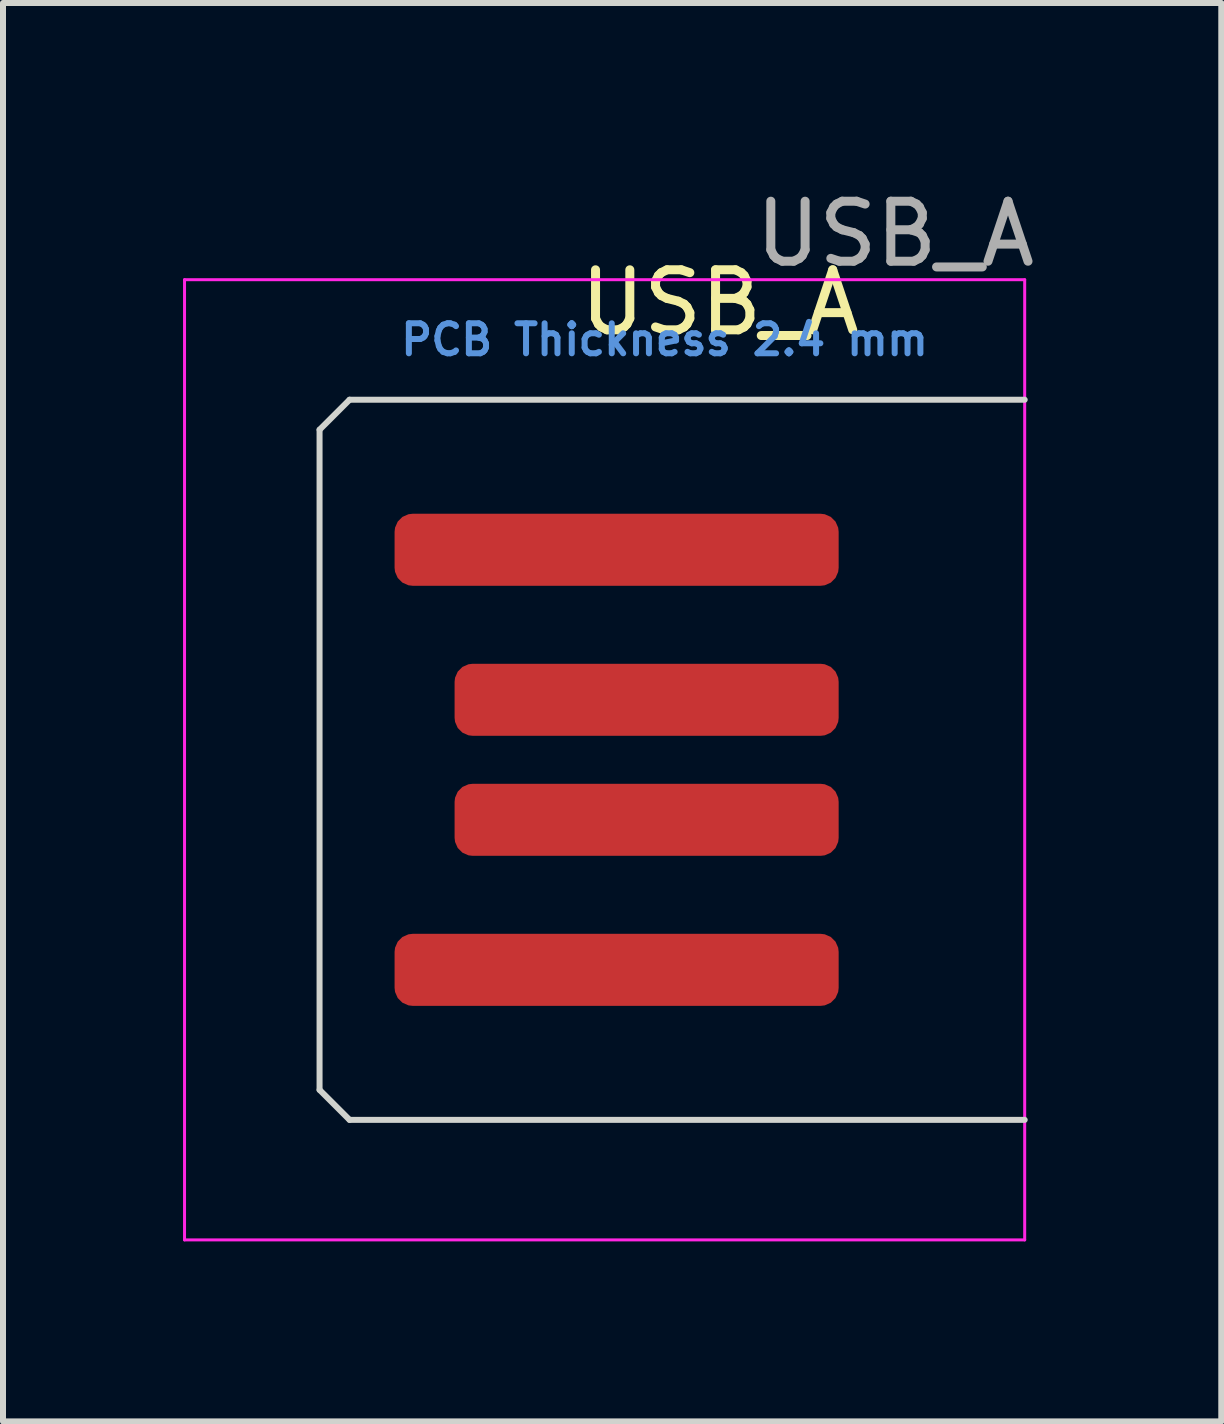
<source format=kicad_pcb>
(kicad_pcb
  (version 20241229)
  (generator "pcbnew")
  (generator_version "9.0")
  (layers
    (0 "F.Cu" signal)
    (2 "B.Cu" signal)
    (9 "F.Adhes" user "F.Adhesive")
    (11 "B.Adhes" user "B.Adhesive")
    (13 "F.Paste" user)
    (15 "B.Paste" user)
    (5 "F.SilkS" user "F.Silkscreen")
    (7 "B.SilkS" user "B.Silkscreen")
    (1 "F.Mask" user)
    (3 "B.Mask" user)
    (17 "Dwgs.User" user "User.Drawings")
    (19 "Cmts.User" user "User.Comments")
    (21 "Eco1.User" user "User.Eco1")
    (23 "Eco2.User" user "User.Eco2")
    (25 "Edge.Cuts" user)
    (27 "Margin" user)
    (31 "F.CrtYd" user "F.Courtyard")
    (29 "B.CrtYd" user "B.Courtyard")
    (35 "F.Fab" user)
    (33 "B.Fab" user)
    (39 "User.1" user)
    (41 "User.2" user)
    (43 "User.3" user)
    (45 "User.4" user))
  (footprint "USB_A"
    (layer "F.Cu")
    (at 14.025 9.611)
    (property "Reference" "USB_A" (at -5.08 -7.62 0) (unlocked yes) (layer "F.SilkS") (effects (font (size 1 1) (thickness 0.15))))
    (attr smd exclude_from_pos_files exclude_from_bom)
    (fp_line (start -11.75 -5.5) (end -11.75 5.5) (stroke (width 0.1) (type solid)) (layer "Edge.Cuts"))
    (fp_line (start -11.75 -5.5) (end -11.25 -6) (stroke (width 0.1) (type solid)) (layer "Edge.Cuts"))
    (fp_line (start -11.25 6) (end -11.75 5.5) (stroke (width 0.1) (type solid)) (layer "Edge.Cuts"))
    (fp_line (start -11.25 6) (end 0 6) (stroke (width 0.1) (type solid)) (layer "Edge.Cuts"))
    (fp_line (start 0 -6) (end -11.25 -6) (stroke (width 0.1) (type solid)) (layer "Edge.Cuts"))
    (fp_line (start -14 -8) (end -14 8) (stroke (width 0.05) (type solid)) (layer "F.CrtYd"))
    (fp_line (start -14 8) (end 0 8) (stroke (width 0.05) (type solid)) (layer "F.CrtYd"))
    (fp_line (start 0 -8) (end -14 -8) (stroke (width 0.05) (type solid)) (layer "F.CrtYd"))
    (fp_line (start 0 8) (end 0 -8) (stroke (width 0.05) (type solid)) (layer "F.CrtYd"))
    (fp_text user "PCB Thickness 2.4 mm" (at -6 -7 180) (layer "Cmts.User") (effects (font (size 0.5 0.5) (thickness 0.1))))
    (fp_text user "${REFERENCE}" (at -2.159 -8.763 0) (unlocked yes) (layer "F.Fab") (effects (font (size 1 1) (thickness 0.15))))
    (pad "1" smd roundrect (at -6.8 3.5) (size 7.4 1.2) (layers "F.Cu" "F.Mask") (roundrect_rratio 0.25))
    (pad "2" smd roundrect (at -6.3 1) (size 6.4 1.2) (layers "F.Cu" "F.Mask") (roundrect_rratio 0.25))
    (pad "3" smd roundrect (at -6.3 -1) (size 6.4 1.2) (layers "F.Cu" "F.Mask") (roundrect_rratio 0.25))
    (pad "4" smd roundrect (at -6.8 -3.5) (size 7.4 1.2) (layers "F.Cu" "F.Mask") (roundrect_rratio 0.25))
    (zone (net_name "") (layers "F.Cu" "B.Cu") (hatch none 0.508) (connect_pads) (min_thickness 0.254) (filled_areas_thickness no) (keepout (tracks not_allowed) (vias not_allowed) (pads not_allowed) (copperpour not_allowed) (footprints not_allowed)) (placement (enabled no)) (fill) (polygon (pts (xy 14.025 3.611) (xy 2.725 3.611) (xy 2.225 4.111) (xy 2.225 15.111) (xy 2.725 15.611) (xy 14.025 15.611) (xy 14.025 17.611) (xy 0.025 17.611) (xy 0.025 1.611) (xy 14.025 1.611)))))
  (gr_rect
    (start -3 -3)
    (end 17.301 20.636)
    (stroke (width 0.1) (type default))
    (fill no)
    (layer "Edge.Cuts")))
</source>
